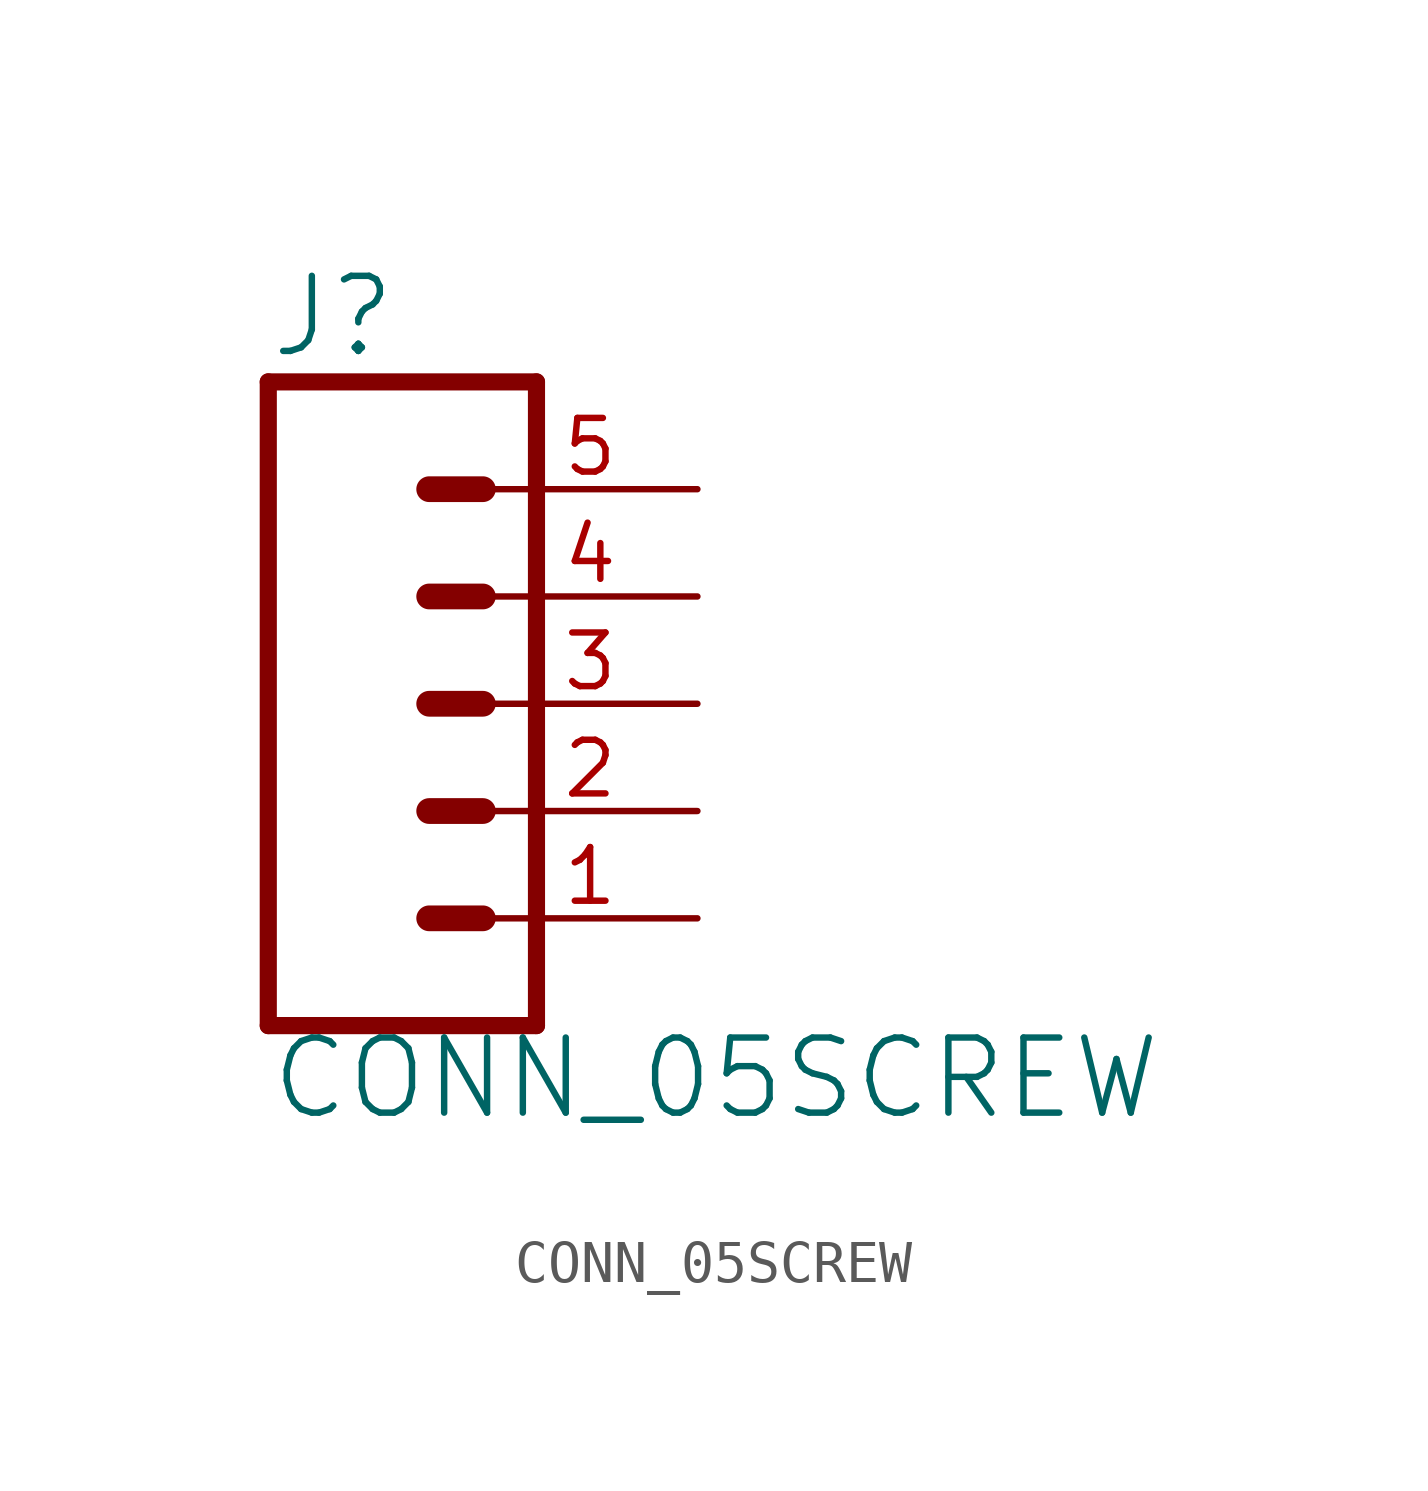
<source format=kicad_sym>
(kicad_symbol_lib
  (version 20211014)
  (generator kicad_symbol_editor)
  (symbol "CONN_05SCREW"
    (property "Reference" "J"
      (at -2.54 8.128 0)
      (effects (font (size 1.778 1.778)) (justify left bottom)))
    (property "Value" "CONN_05SCREW"
      (at -2.54 -9.906 0)
      (effects (font (size 1.778 1.778)) (justify left bottom)))
    (property "ki_locked" ""
      (at 0 0 0)
      (effects (font (size 1.27 1.27))))
    (symbol "CONN_05SCREW_1_0"
      (polyline (pts (xy -2.54 7.62) (xy -2.54 -7.62)) (stroke (width 0.406) (type default) (color 0 0 0 0)) (fill (type none)))
      (polyline (pts (xy -2.54 7.62) (xy 3.81 7.62)) (stroke (width 0.406) (type default) (color 0 0 0 0)) (fill (type none)))
      (polyline (pts (xy 1.27 -5.08) (xy 2.54 -5.08)) (stroke (width 0.61) (type default) (color 0 0 0 0)) (fill (type none)))
      (polyline (pts (xy 1.27 -2.54) (xy 2.54 -2.54)) (stroke (width 0.61) (type default) (color 0 0 0 0)) (fill (type none)))
      (polyline (pts (xy 1.27 0) (xy 2.54 0)) (stroke (width 0.61) (type default) (color 0 0 0 0)) (fill (type none)))
      (polyline (pts (xy 1.27 2.54) (xy 2.54 2.54)) (stroke (width 0.61) (type default) (color 0 0 0 0)) (fill (type none)))
      (polyline (pts (xy 1.27 5.08) (xy 2.54 5.08)) (stroke (width 0.61) (type default) (color 0 0 0 0)) (fill (type none)))
      (polyline (pts (xy 3.81 -7.62) (xy -2.54 -7.62)) (stroke (width 0.406) (type default) (color 0 0 0 0)) (fill (type none)))
      (polyline (pts (xy 3.81 -7.62) (xy 3.81 7.62)) (stroke (width 0.406) (type default) (color 0 0 0 0)) (fill (type none)))
      (pin passive line (at 7.62 -5.08 180) (length 5.08) (name "1" (effects (font (size 0 0)))) (number "1" (effects (font (size 1.27 1.27)))))
      (pin passive line (at 7.62 -2.54 180) (length 5.08) (name "2" (effects (font (size 0 0)))) (number "2" (effects (font (size 1.27 1.27)))))
      (pin passive line (at 7.62 0 180) (length 5.08) (name "3" (effects (font (size 0 0)))) (number "3" (effects (font (size 1.27 1.27)))))
      (pin passive line (at 7.62 2.54 180) (length 5.08) (name "4" (effects (font (size 0 0)))) (number "4" (effects (font (size 1.27 1.27)))))
      (pin passive line (at 7.62 5.08 180) (length 5.08) (name "5" (effects (font (size 0 0)))) (number "5" (effects (font (size 1.27 1.27))))))))
</source>
